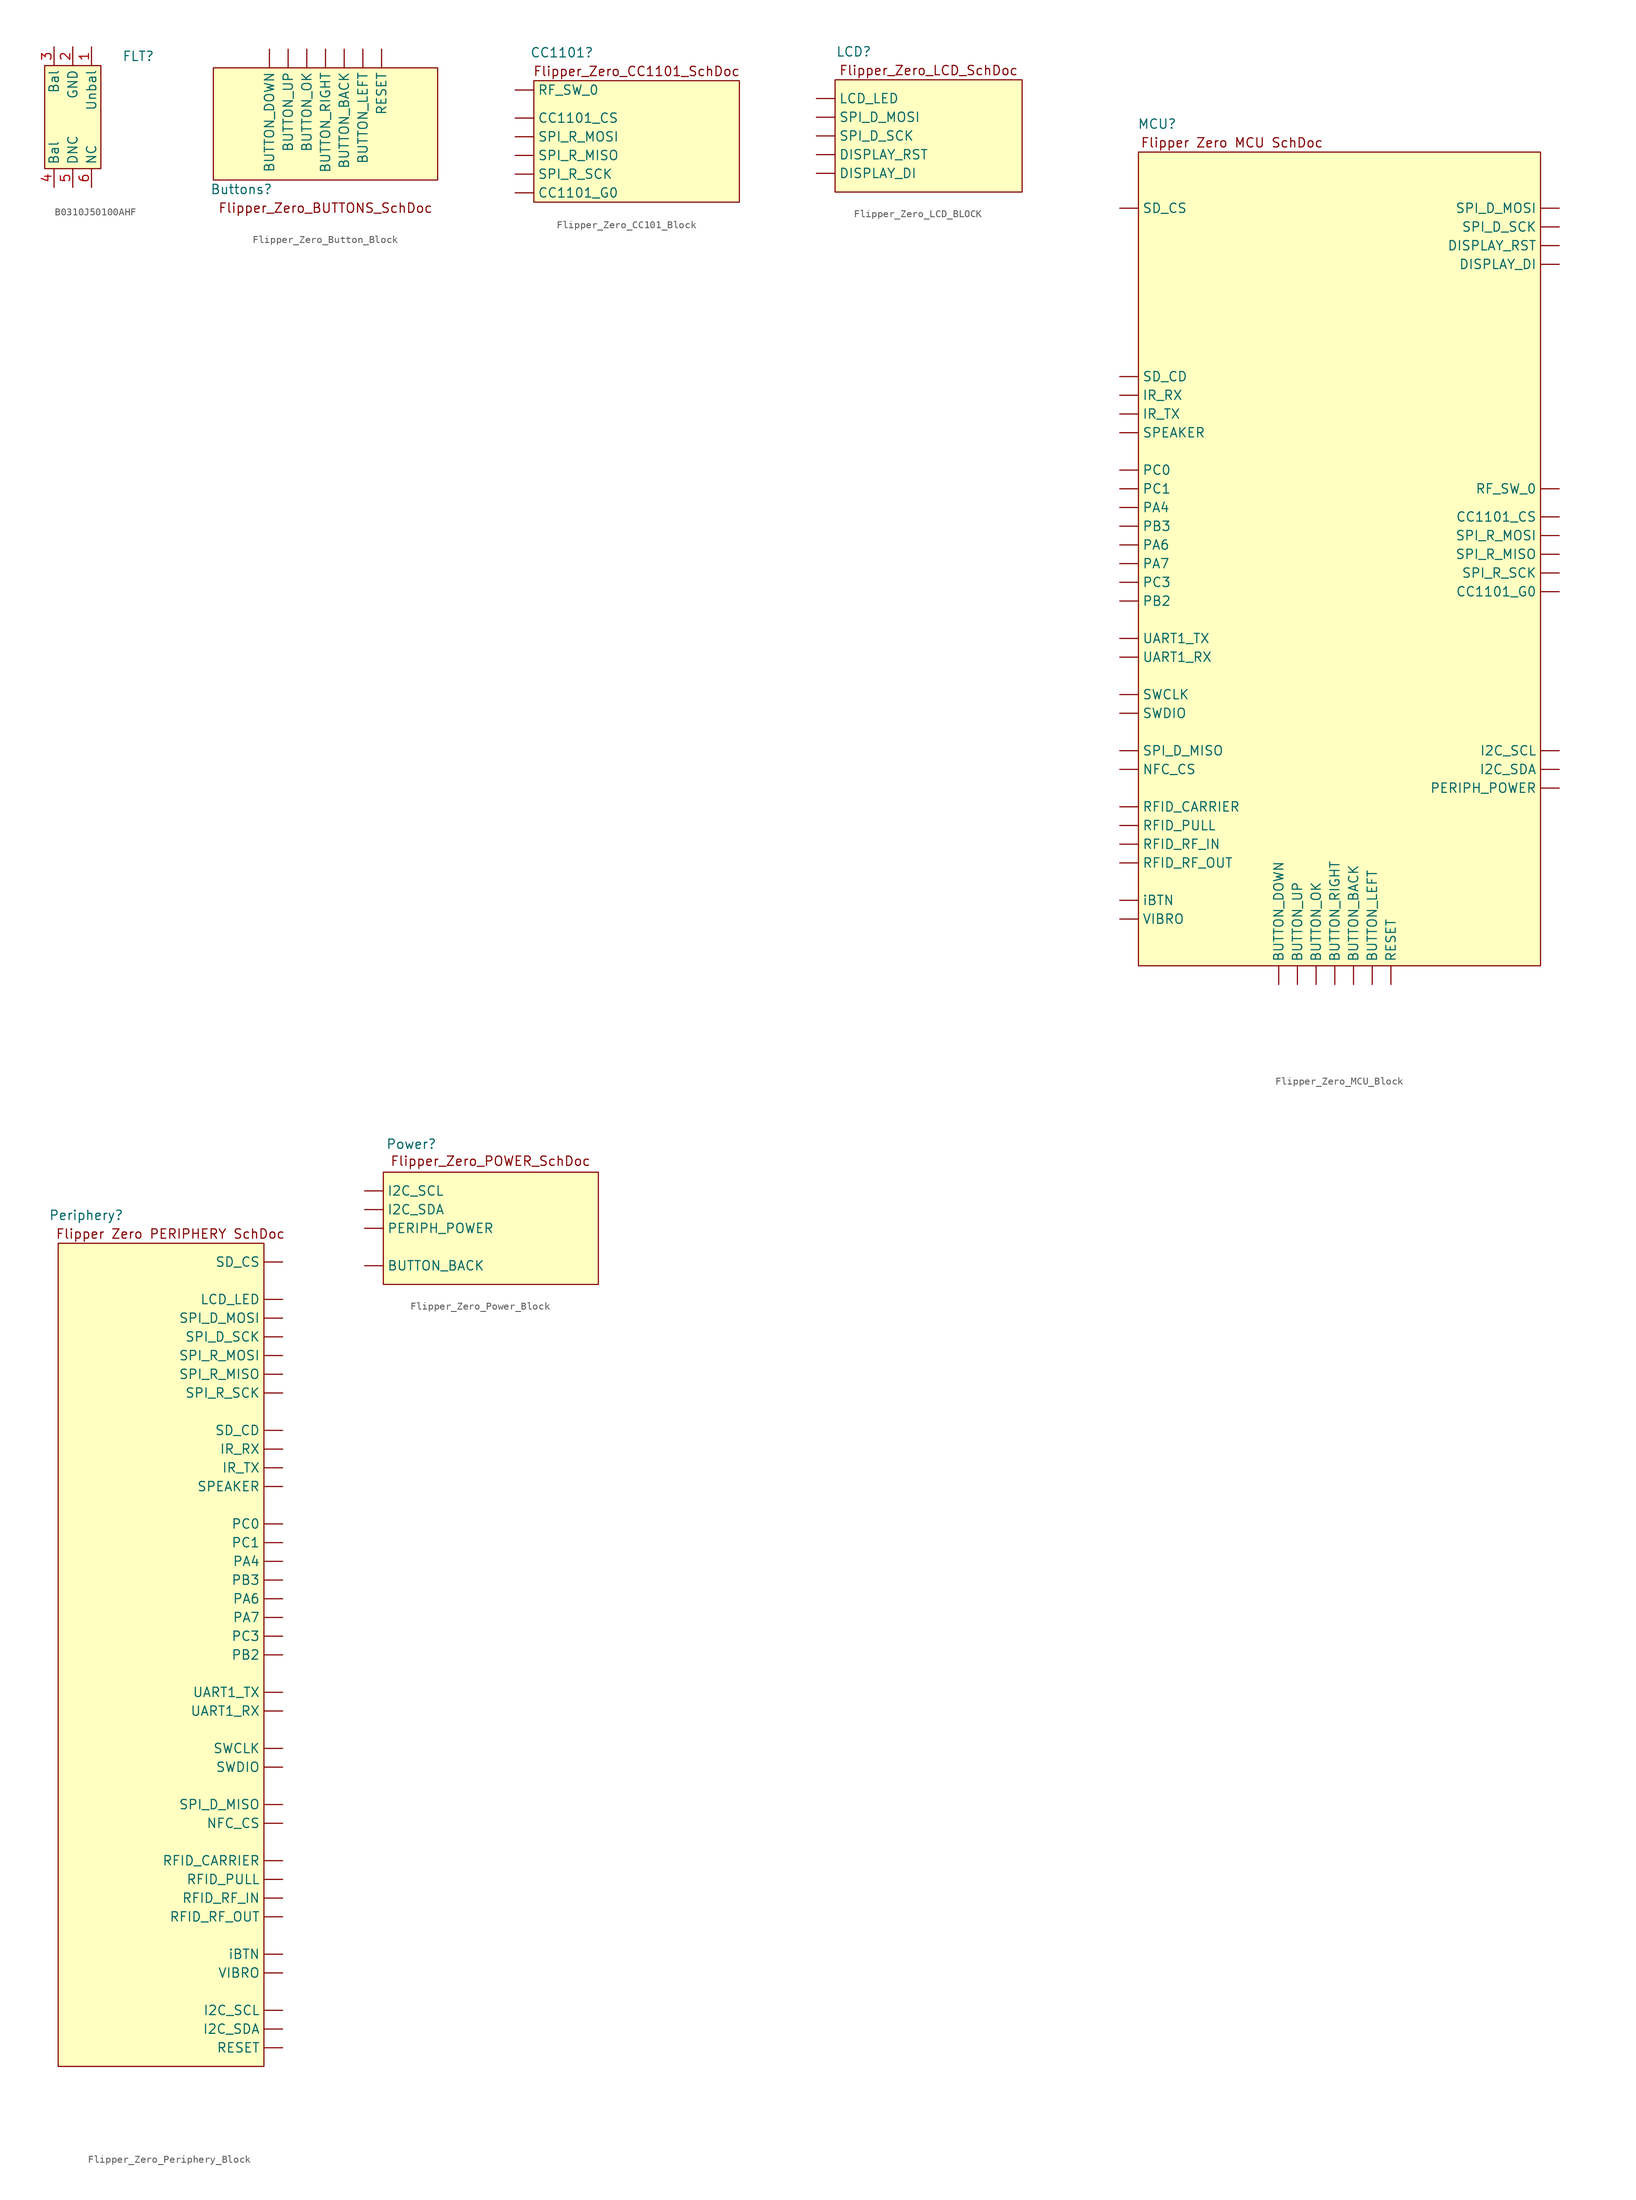
<source format=kicad_sym>
(kicad_symbol_lib
  (version 20220914)
  (generator kicad_symbol_editor)
  (symbol "B0310J50100AHF"
    (property "Reference" "FLT"
      (at 8.89 7.62 0)
      (effects (font (size 1.27 1.27))))
    (property "Value" ""
      (at 2.54 -3.81 0)
      (effects (font (size 1.27 1.27))))
    (symbol "B0310J50100AHF_1_1"
      (rectangle (start -3.81 6.35) (end 3.81 -7.62) (stroke (width 0) (type default)) (fill (type background)))
      (pin bidirectional line (at 2.54 8.89 270) (length 2.54) (name "Unbal" (effects (font (size 1.27 1.27)))) (number "1" (effects (font (size 1.27 1.27)))))
      (pin bidirectional line (at 0 8.89 270) (length 2.54) (name "GND" (effects (font (size 1.27 1.27)))) (number "2" (effects (font (size 1.27 1.27)))))
      (pin bidirectional line (at -2.54 8.89 270) (length 2.54) (name "Bal" (effects (font (size 1.27 1.27)))) (number "3" (effects (font (size 1.27 1.27)))))
      (pin bidirectional line (at -2.54 -10.16 90) (length 2.54) (name "Bal" (effects (font (size 1.27 1.27)))) (number "4" (effects (font (size 1.27 1.27)))))
      (pin bidirectional line (at 0 -10.16 90) (length 2.54) (name "DNC" (effects (font (size 1.27 1.27)))) (number "5" (effects (font (size 1.27 1.27)))))
      (pin bidirectional line (at 2.54 -10.16 90) (length 2.54) (name "NC" (effects (font (size 1.27 1.27)))) (number "6" (effects (font (size 1.27 1.27)))))))
  (symbol "Flipper_Zero_Button_Block"
    (property "Reference" "Buttons"
      (at -11.43 -15.24 0)
      (effects (font (size 1.27 1.27))))
    (property "Value" ""
      (at 0 0 0)
      (effects (font (size 1.27 1.27))))
    (symbol "Flipper_Zero_Button_Block_1_1"
      (rectangle (start -15.24 1.27) (end 15.24 -13.97) (stroke (width 0) (type default)) (fill (type background)))
      (text "Flipper_Zero_BUTTONS_SchDoc\n" (at 0 -17.78 0) (effects (font (size 1.27 1.27))))
      (pin output line (at 2.54 3.81 270) (length 2.54) (name "BUTTON_BACK" (effects (font (size 1.27 1.27)))) (number "" (effects (font (size 1.27 1.27)))))
      (pin output line (at -7.62 3.81 270) (length 2.54) (name "BUTTON_DOWN" (effects (font (size 1.27 1.27)))) (number "" (effects (font (size 1.27 1.27)))))
      (pin output line (at 5.08 3.81 270) (length 2.54) (name "BUTTON_LEFT" (effects (font (size 1.27 1.27)))) (number "" (effects (font (size 1.27 1.27)))))
      (pin output line (at -2.54 3.81 270) (length 2.54) (name "BUTTON_OK" (effects (font (size 1.27 1.27)))) (number "" (effects (font (size 1.27 1.27)))))
      (pin output line (at 0 3.81 270) (length 2.54) (name "BUTTON_RIGHT" (effects (font (size 1.27 1.27)))) (number "" (effects (font (size 1.27 1.27)))))
      (pin output line (at -5.08 3.81 270) (length 2.54) (name "BUTTON_UP" (effects (font (size 1.27 1.27)))) (number "" (effects (font (size 1.27 1.27)))))
      (pin output line (at 7.62 3.81 270) (length 2.54) (name "RESET" (effects (font (size 1.27 1.27)))) (number "" (effects (font (size 1.27 1.27)))))))
  (symbol "Flipper_Zero_CC101_Block"
    (property "Reference" "CC1101"
      (at 2.54 17.78 0)
      (effects (font (size 1.27 1.27))))
    (property "Value" ""
      (at -3.81 0 0)
      (effects (font (size 1.27 1.27))))
    (symbol "Flipper_Zero_CC101_Block_1_1"
      (rectangle (start -1.27 13.97) (end 26.67 -2.54) (stroke (width 0) (type default)) (fill (type background)))
      (text "Flipper_Zero_CC1101_SchDoc\n" (at 12.7 15.24 0) (effects (font (size 1.27 1.27))))
      (pin input line (at -3.81 8.89 0) (length 2.54) (name "CC1101_CS" (effects (font (size 1.27 1.27)))) (number "" (effects (font (size 1.27 1.27)))))
      (pin bidirectional line (at -3.81 -1.27 0) (length 2.54) (name "CC1101_G0" (effects (font (size 1.27 1.27)))) (number "" (effects (font (size 1.27 1.27)))))
      (pin input line (at -3.81 12.7 0) (length 2.54) (name "RF_SW_0" (effects (font (size 1.27 1.27)))) (number "" (effects (font (size 1.27 1.27)))))
      (pin output line (at -3.81 3.81 0) (length 2.54) (name "SPI_R_MISO" (effects (font (size 1.27 1.27)))) (number "" (effects (font (size 1.27 1.27)))))
      (pin input line (at -3.81 6.35 0) (length 2.54) (name "SPI_R_MOSI" (effects (font (size 1.27 1.27)))) (number "" (effects (font (size 1.27 1.27)))))
      (pin input line (at -3.81 1.27 0) (length 2.54) (name "SPI_R_SCK" (effects (font (size 1.27 1.27)))) (number "" (effects (font (size 1.27 1.27)))))))
  (symbol "Flipper_Zero_LCD_BLOCK"
    (property "Reference" "LCD"
      (at 2.54 6.35 0)
      (effects (font (size 1.27 1.27))))
    (property "Value" ""
      (at 0 0 0)
      (effects (font (size 1.27 1.27))))
    (symbol "Flipper_Zero_LCD_BLOCK_1_1"
      (rectangle (start 0 2.54) (end 25.4 -12.7) (stroke (width 0) (type default)) (fill (type background)))
      (text "Flipper_Zero_LCD_SchDoc\n" (at 12.7 3.81 0) (effects (font (size 1.27 1.27))))
      (pin input line (at -2.54 -10.16 0) (length 2.54) (name "DISPLAY_DI" (effects (font (size 1.27 1.27)))) (number "" (effects (font (size 1.27 1.27)))))
      (pin input line (at -2.54 -7.62 0) (length 2.54) (name "DISPLAY_RST" (effects (font (size 1.27 1.27)))) (number "" (effects (font (size 1.27 1.27)))))
      (pin output line (at -2.54 0 0) (length 2.54) (name "LCD_LED" (effects (font (size 1.27 1.27)))) (number "" (effects (font (size 1.27 1.27)))))
      (pin input line (at -2.54 -2.54 0) (length 2.54) (name "SPI_D_MOSI" (effects (font (size 1.27 1.27)))) (number "" (effects (font (size 1.27 1.27)))))
      (pin input line (at -2.54 -5.08 0) (length 2.54) (name "SPI_D_SCK" (effects (font (size 1.27 1.27)))) (number "" (effects (font (size 1.27 1.27)))))))
  (symbol "Flipper_Zero_MCU_Block"
    (property "Reference" "MCU"
      (at -24.13 60.96 0)
      (effects (font (size 1.27 1.27))))
    (property "Value" ""
      (at -19.05 8.89 0)
      (effects (font (size 1.27 1.27))))
    (symbol "Flipper_Zero_MCU_Block_1_1"
      (rectangle (start -26.67 57.15) (end 27.94 -53.34) (stroke (width 0) (type default)) (fill (type background)))
      (text "Flipper Zero MCU SchDoc\n" (at -13.97 58.42 0) (effects (font (size 1.27 1.27))))
      (pin input line (at 2.54 -55.88 90) (length 2.54) (name "BUTTON_BACK" (effects (font (size 1.27 1.27)))) (number "" (effects (font (size 1.27 1.27)))))
      (pin input line (at -7.62 -55.88 90) (length 2.54) (name "BUTTON_DOWN" (effects (font (size 1.27 1.27)))) (number "" (effects (font (size 1.27 1.27)))))
      (pin input line (at 5.08 -55.88 90) (length 2.54) (name "BUTTON_LEFT" (effects (font (size 1.27 1.27)))) (number "" (effects (font (size 1.27 1.27)))))
      (pin input line (at -2.54 -55.88 90) (length 2.54) (name "BUTTON_OK" (effects (font (size 1.27 1.27)))) (number "" (effects (font (size 1.27 1.27)))))
      (pin input line (at 0 -55.88 90) (length 2.54) (name "BUTTON_RIGHT" (effects (font (size 1.27 1.27)))) (number "" (effects (font (size 1.27 1.27)))))
      (pin input line (at -5.08 -55.88 90) (length 2.54) (name "BUTTON_UP" (effects (font (size 1.27 1.27)))) (number "" (effects (font (size 1.27 1.27)))))
      (pin output line (at 30.48 7.62 180) (length 2.54) (name "CC1101_CS" (effects (font (size 1.27 1.27)))) (number "" (effects (font (size 1.27 1.27)))))
      (pin bidirectional line (at 30.48 -2.54 180) (length 2.54) (name "CC1101_G0" (effects (font (size 1.27 1.27)))) (number "" (effects (font (size 1.27 1.27)))))
      (pin output line (at 30.48 41.91 180) (length 2.54) (name "DISPLAY_DI" (effects (font (size 1.27 1.27)))) (number "" (effects (font (size 1.27 1.27)))))
      (pin output line (at 30.48 44.45 180) (length 2.54) (name "DISPLAY_RST" (effects (font (size 1.27 1.27)))) (number "" (effects (font (size 1.27 1.27)))))
      (pin output line (at 30.48 -24.13 180) (length 2.54) (name "I2C_SCL" (effects (font (size 1.27 1.27)))) (number "" (effects (font (size 1.27 1.27)))))
      (pin bidirectional line (at 30.48 -26.67 180) (length 2.54) (name "I2C_SDA" (effects (font (size 1.27 1.27)))) (number "" (effects (font (size 1.27 1.27)))))
      (pin input line (at -29.21 24.13 0) (length 2.54) (name "IR_RX" (effects (font (size 1.27 1.27)))) (number "" (effects (font (size 1.27 1.27)))))
      (pin output line (at -29.21 21.59 0) (length 2.54) (name "IR_TX" (effects (font (size 1.27 1.27)))) (number "" (effects (font (size 1.27 1.27)))))
      (pin output line (at -29.21 -26.67 0) (length 2.54) (name "NFC_CS" (effects (font (size 1.27 1.27)))) (number "" (effects (font (size 1.27 1.27)))))
      (pin bidirectional line (at -29.21 8.89 0) (length 2.54) (name "PA4" (effects (font (size 1.27 1.27)))) (number "" (effects (font (size 1.27 1.27)))))
      (pin bidirectional line (at -29.21 3.81 0) (length 2.54) (name "PA6" (effects (font (size 1.27 1.27)))) (number "" (effects (font (size 1.27 1.27)))))
      (pin bidirectional line (at -29.21 1.27 0) (length 2.54) (name "PA7" (effects (font (size 1.27 1.27)))) (number "" (effects (font (size 1.27 1.27)))))
      (pin bidirectional line (at -29.21 -3.81 0) (length 2.54) (name "PB2" (effects (font (size 1.27 1.27)))) (number "" (effects (font (size 1.27 1.27)))))
      (pin bidirectional line (at -29.21 6.35 0) (length 2.54) (name "PB3" (effects (font (size 1.27 1.27)))) (number "" (effects (font (size 1.27 1.27)))))
      (pin bidirectional line (at -29.21 13.97 0) (length 2.54) (name "PC0" (effects (font (size 1.27 1.27)))) (number "" (effects (font (size 1.27 1.27)))))
      (pin bidirectional line (at -29.21 11.43 0) (length 2.54) (name "PC1" (effects (font (size 1.27 1.27)))) (number "" (effects (font (size 1.27 1.27)))))
      (pin bidirectional line (at -29.21 -1.27 0) (length 2.54) (name "PC3" (effects (font (size 1.27 1.27)))) (number "" (effects (font (size 1.27 1.27)))))
      (pin output line (at 30.48 -29.21 180) (length 2.54) (name "PERIPH_POWER" (effects (font (size 1.27 1.27)))) (number "" (effects (font (size 1.27 1.27)))))
      (pin input line (at 7.62 -55.88 90) (length 2.54) (name "RESET" (effects (font (size 1.27 1.27)))) (number "" (effects (font (size 1.27 1.27)))))
      (pin input line (at -29.21 -31.75 0) (length 2.54) (name "RFID_CARRIER" (effects (font (size 1.27 1.27)))) (number "" (effects (font (size 1.27 1.27)))))
      (pin output line (at -29.21 -34.29 0) (length 2.54) (name "RFID_PULL" (effects (font (size 1.27 1.27)))) (number "" (effects (font (size 1.27 1.27)))))
      (pin input line (at -29.21 -36.83 0) (length 2.54) (name "RFID_RF_IN" (effects (font (size 1.27 1.27)))) (number "" (effects (font (size 1.27 1.27)))))
      (pin output line (at -29.21 -39.37 0) (length 2.54) (name "RFID_RF_OUT" (effects (font (size 1.27 1.27)))) (number "" (effects (font (size 1.27 1.27)))))
      (pin output line (at 30.48 11.43 180) (length 2.54) (name "RF_SW_0" (effects (font (size 1.27 1.27)))) (number "" (effects (font (size 1.27 1.27)))))
      (pin input line (at -29.21 26.67 0) (length 2.54) (name "SD_CD" (effects (font (size 1.27 1.27)))) (number "" (effects (font (size 1.27 1.27)))))
      (pin output line (at -29.21 49.53 0) (length 2.54) (name "SD_CS" (effects (font (size 1.27 1.27)))) (number "" (effects (font (size 1.27 1.27)))))
      (pin output line (at -29.21 19.05 0) (length 2.54) (name "SPEAKER" (effects (font (size 1.27 1.27)))) (number "" (effects (font (size 1.27 1.27)))))
      (pin input line (at -29.21 -24.13 0) (length 2.54) (name "SPI_D_MISO" (effects (font (size 1.27 1.27)))) (number "" (effects (font (size 1.27 1.27)))))
      (pin output line (at 30.48 49.53 180) (length 2.54) (name "SPI_D_MOSI" (effects (font (size 1.27 1.27)))) (number "" (effects (font (size 1.27 1.27)))))
      (pin output line (at 30.48 46.99 180) (length 2.54) (name "SPI_D_SCK" (effects (font (size 1.27 1.27)))) (number "" (effects (font (size 1.27 1.27)))))
      (pin input line (at 30.48 2.54 180) (length 2.54) (name "SPI_R_MISO" (effects (font (size 1.27 1.27)))) (number "" (effects (font (size 1.27 1.27)))))
      (pin output line (at 30.48 5.08 180) (length 2.54) (name "SPI_R_MOSI" (effects (font (size 1.27 1.27)))) (number "" (effects (font (size 1.27 1.27)))))
      (pin output line (at 30.48 0 180) (length 2.54) (name "SPI_R_SCK" (effects (font (size 1.27 1.27)))) (number "" (effects (font (size 1.27 1.27)))))
      (pin output line (at -29.21 -16.51 0) (length 2.54) (name "SWCLK" (effects (font (size 1.27 1.27)))) (number "" (effects (font (size 1.27 1.27)))))
      (pin bidirectional line (at -29.21 -19.05 0) (length 2.54) (name "SWDIO" (effects (font (size 1.27 1.27)))) (number "" (effects (font (size 1.27 1.27)))))
      (pin input line (at -29.21 -11.43 0) (length 2.54) (name "UART1_RX" (effects (font (size 1.27 1.27)))) (number "" (effects (font (size 1.27 1.27)))))
      (pin output line (at -29.21 -8.89 0) (length 2.54) (name "UART1_TX" (effects (font (size 1.27 1.27)))) (number "" (effects (font (size 1.27 1.27)))))
      (pin output line (at -29.21 -46.99 0) (length 2.54) (name "VIBRO" (effects (font (size 1.27 1.27)))) (number "" (effects (font (size 1.27 1.27)))))
      (pin bidirectional line (at -29.21 -44.45 0) (length 2.54) (name "iBTN" (effects (font (size 1.27 1.27)))) (number "" (effects (font (size 1.27 1.27)))))))
  (symbol "Flipper_Zero_Periphery_Block"
    (property "Reference" "Periphery"
      (at -15.24 38.1 0)
      (effects (font (size 1.27 1.27))))
    (property "Value" ""
      (at 0 0 0)
      (effects (font (size 1.27 1.27))))
    (symbol "Flipper_Zero_Periphery_Block_1_1"
      (rectangle (start -19.05 34.29) (end 8.89 -77.47) (stroke (width 0) (type default)) (fill (type background)))
      (text "Flipper Zero PERIPHERY SchDoc\n" (at -3.81 35.56 0) (effects (font (size 1.27 1.27))))
      (pin input line (at 11.43 -69.85 180) (length 2.54) (name "I2C_SCL" (effects (font (size 1.27 1.27)))) (number "" (effects (font (size 1.27 1.27)))))
      (pin bidirectional line (at 11.43 -72.39 180) (length 2.54) (name "I2C_SDA" (effects (font (size 1.27 1.27)))) (number "" (effects (font (size 1.27 1.27)))))
      (pin output line (at 11.43 6.35 180) (length 2.54) (name "IR_RX" (effects (font (size 1.27 1.27)))) (number "" (effects (font (size 1.27 1.27)))))
      (pin input line (at 11.43 3.81 180) (length 2.54) (name "IR_TX" (effects (font (size 1.27 1.27)))) (number "" (effects (font (size 1.27 1.27)))))
      (pin input line (at 11.43 26.67 180) (length 2.54) (name "LCD_LED" (effects (font (size 1.27 1.27)))) (number "" (effects (font (size 1.27 1.27)))))
      (pin input line (at 11.43 -44.45 180) (length 2.54) (name "NFC_CS" (effects (font (size 1.27 1.27)))) (number "" (effects (font (size 1.27 1.27)))))
      (pin bidirectional line (at 11.43 -8.89 180) (length 2.54) (name "PA4" (effects (font (size 1.27 1.27)))) (number "" (effects (font (size 1.27 1.27)))))
      (pin bidirectional line (at 11.43 -13.97 180) (length 2.54) (name "PA6" (effects (font (size 1.27 1.27)))) (number "" (effects (font (size 1.27 1.27)))))
      (pin bidirectional line (at 11.43 -16.51 180) (length 2.54) (name "PA7" (effects (font (size 1.27 1.27)))) (number "" (effects (font (size 1.27 1.27)))))
      (pin bidirectional line (at 11.43 -21.59 180) (length 2.54) (name "PB2" (effects (font (size 1.27 1.27)))) (number "" (effects (font (size 1.27 1.27)))))
      (pin bidirectional line (at 11.43 -11.43 180) (length 2.54) (name "PB3" (effects (font (size 1.27 1.27)))) (number "" (effects (font (size 1.27 1.27)))))
      (pin bidirectional line (at 11.43 -3.81 180) (length 2.54) (name "PC0" (effects (font (size 1.27 1.27)))) (number "" (effects (font (size 1.27 1.27)))))
      (pin bidirectional line (at 11.43 -6.35 180) (length 2.54) (name "PC1" (effects (font (size 1.27 1.27)))) (number "" (effects (font (size 1.27 1.27)))))
      (pin bidirectional line (at 11.43 -19.05 180) (length 2.54) (name "PC3" (effects (font (size 1.27 1.27)))) (number "" (effects (font (size 1.27 1.27)))))
      (pin input line (at 11.43 -74.93 180) (length 2.54) (name "RESET" (effects (font (size 1.27 1.27)))) (number "" (effects (font (size 1.27 1.27)))))
      (pin output line (at 11.43 -49.53 180) (length 2.54) (name "RFID_CARRIER" (effects (font (size 1.27 1.27)))) (number "" (effects (font (size 1.27 1.27)))))
      (pin input line (at 11.43 -52.07 180) (length 2.54) (name "RFID_PULL" (effects (font (size 1.27 1.27)))) (number "" (effects (font (size 1.27 1.27)))))
      (pin output line (at 11.43 -54.61 180) (length 2.54) (name "RFID_RF_IN" (effects (font (size 1.27 1.27)))) (number "" (effects (font (size 1.27 1.27)))))
      (pin input line (at 11.43 -57.15 180) (length 2.54) (name "RFID_RF_OUT" (effects (font (size 1.27 1.27)))) (number "" (effects (font (size 1.27 1.27)))))
      (pin output line (at 11.43 8.89 180) (length 2.54) (name "SD_CD" (effects (font (size 1.27 1.27)))) (number "" (effects (font (size 1.27 1.27)))))
      (pin input line (at 11.43 31.75 180) (length 2.54) (name "SD_CS" (effects (font (size 1.27 1.27)))) (number "" (effects (font (size 1.27 1.27)))))
      (pin input line (at 11.43 1.27 180) (length 2.54) (name "SPEAKER" (effects (font (size 1.27 1.27)))) (number "" (effects (font (size 1.27 1.27)))))
      (pin output line (at 11.43 -41.91 180) (length 2.54) (name "SPI_D_MISO" (effects (font (size 1.27 1.27)))) (number "" (effects (font (size 1.27 1.27)))))
      (pin input line (at 11.43 24.13 180) (length 2.54) (name "SPI_D_MOSI" (effects (font (size 1.27 1.27)))) (number "" (effects (font (size 1.27 1.27)))))
      (pin input line (at 11.43 21.59 180) (length 2.54) (name "SPI_D_SCK" (effects (font (size 1.27 1.27)))) (number "" (effects (font (size 1.27 1.27)))))
      (pin input line (at 11.43 16.51 180) (length 2.54) (name "SPI_R_MISO" (effects (font (size 1.27 1.27)))) (number "" (effects (font (size 1.27 1.27)))))
      (pin input line (at 11.43 19.05 180) (length 2.54) (name "SPI_R_MOSI" (effects (font (size 1.27 1.27)))) (number "" (effects (font (size 1.27 1.27)))))
      (pin input line (at 11.43 13.97 180) (length 2.54) (name "SPI_R_SCK" (effects (font (size 1.27 1.27)))) (number "" (effects (font (size 1.27 1.27)))))
      (pin input line (at 11.43 -34.29 180) (length 2.54) (name "SWCLK" (effects (font (size 1.27 1.27)))) (number "" (effects (font (size 1.27 1.27)))))
      (pin bidirectional line (at 11.43 -36.83 180) (length 2.54) (name "SWDIO" (effects (font (size 1.27 1.27)))) (number "" (effects (font (size 1.27 1.27)))))
      (pin output line (at 11.43 -29.21 180) (length 2.54) (name "UART1_RX" (effects (font (size 1.27 1.27)))) (number "" (effects (font (size 1.27 1.27)))))
      (pin input line (at 11.43 -26.67 180) (length 2.54) (name "UART1_TX" (effects (font (size 1.27 1.27)))) (number "" (effects (font (size 1.27 1.27)))))
      (pin input line (at 11.43 -64.77 180) (length 2.54) (name "VIBRO" (effects (font (size 1.27 1.27)))) (number "" (effects (font (size 1.27 1.27)))))
      (pin bidirectional line (at 11.43 -62.23 180) (length 2.54) (name "iBTN" (effects (font (size 1.27 1.27)))) (number "" (effects (font (size 1.27 1.27)))))))
  (symbol "Flipper_Zero_Power_Block"
    (property "Reference" "Power"
      (at 2.54 7.62 0)
      (effects (font (size 1.27 1.27))))
    (property "Value" ""
      (at 0 0 0)
      (effects (font (size 1.27 1.27))))
    (symbol "Flipper_Zero_Power_Block_1_1"
      (rectangle (start -1.27 3.81) (end 27.94 -11.43) (stroke (width 0) (type default)) (fill (type background)))
      (text "Flipper_Zero_POWER_SchDoc\n" (at 13.292 5.315 0) (effects (font (size 1.27 1.27))))
      (pin output line (at -3.81 -8.89 0) (length 2.54) (name "BUTTON_BACK" (effects (font (size 1.27 1.27)))) (number "" (effects (font (size 1.27 1.27)))))
      (pin input line (at -3.81 1.27 0) (length 2.54) (name "I2C_SCL" (effects (font (size 1.27 1.27)))) (number "" (effects (font (size 1.27 1.27)))))
      (pin bidirectional line (at -3.81 -1.27 0) (length 2.54) (name "I2C_SDA" (effects (font (size 1.27 1.27)))) (number "" (effects (font (size 1.27 1.27)))))
      (pin input line (at -3.81 -3.81 0) (length 2.54) (name "PERIPH_POWER" (effects (font (size 1.27 1.27)))) (number "" (effects (font (size 1.27 1.27))))))))
</source>
